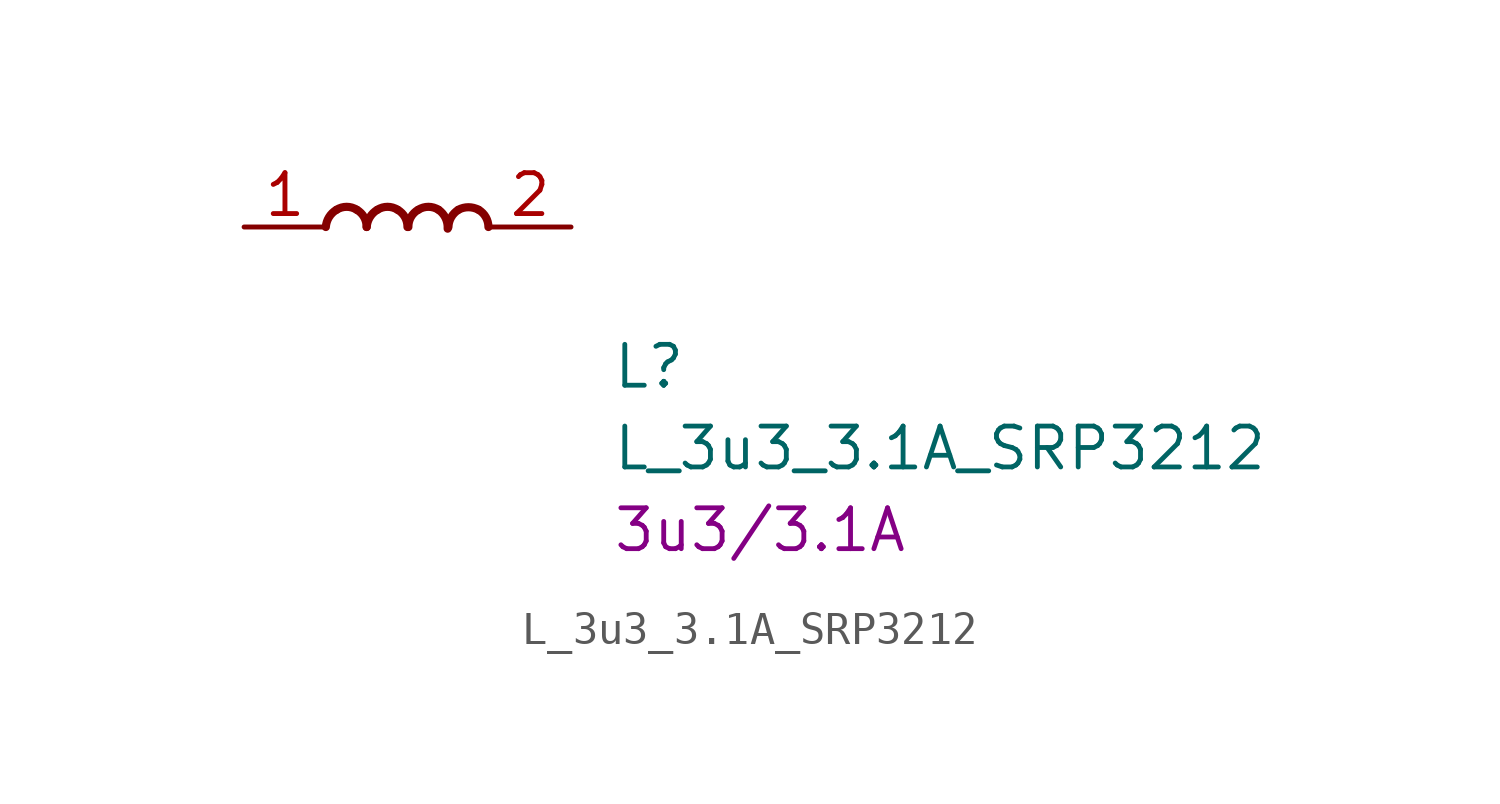
<source format=kicad_sym>
(kicad_symbol_lib
  (version 20211014)
  (generator kicad_symbol_editor)
  (symbol "L_3u3_3.1A_SRP3212"
    (pin_names hide)
    (property "Reference" "L"
      (at 11.43 -5.08 0)
      (effects (font (size 1.27 1.27) (thickness 0.15)) (justify left bottom)))
    (property "Value" "L_3u3_3.1A_SRP3212"
      (at 11.43 -7.62 0)
      (effects (font (size 1.27 1.27) (thickness 0.15)) (justify left bottom)))
    (property "Val" "3u3/3.1A"
      (at 11.43 -10.16 0)
      (effects (font (size 1.27 1.27) (thickness 0.15)) (justify left bottom)))
    (symbol "L_3u3_3.1A_SRP3212_1_1"
      (arc (start 2.8702 0.5334) (mid 2.6436 0.3084) (end 2.54 0) (stroke (width 0.254) (type default) (color 0 0 0 0)) (fill (type none)))
      (arc (start 3.5052 0.5334) (mid 3.186 0.6272) (end 2.8702 0.5334) (stroke (width 0.254) (type default) (color 0 0 0 0)) (fill (type none)))
      (arc (start 3.81 0) (mid 3.7297 0.309) (end 3.5052 0.5334) (stroke (width 0.254) (type default) (color 0 0 0 0)) (fill (type none)))
      (arc (start 4.1402 0.5334) (mid 3.9136 0.3084) (end 3.81 0) (stroke (width 0.254) (type default) (color 0 0 0 0)) (fill (type none)))
      (arc (start 4.7752 0.5334) (mid 4.456 0.6272) (end 4.1402 0.5334) (stroke (width 0.254) (type default) (color 0 0 0 0)) (fill (type none)))
      (arc (start 5.08 0) (mid 4.9997 0.309) (end 4.7752 0.5334) (stroke (width 0.254) (type default) (color 0 0 0 0)) (fill (type none)))
      (arc (start 5.4102 0.5334) (mid 5.1836 0.3084) (end 5.1054 0) (stroke (width 0.254) (type default) (color 0 0 0 0)) (fill (type none)))
      (arc (start 6.0452 0.5334) (mid 5.726 0.6272) (end 5.4102 0.5334) (stroke (width 0.254) (type default) (color 0 0 0 0)) (fill (type none)))
      (arc (start 6.3246 -0.0508) (mid 6.2613 0.2752) (end 6.0452 0.5334) (stroke (width 0.254) (type default) (color 0 0 0 0)) (fill (type none)))
      (arc (start 6.6548 0.5334) (mid 6.437 0.3053) (end 6.35 0) (stroke (width 0.254) (type default) (color 0 0 0 0)) (fill (type none)))
      (arc (start 7.2898 0.5334) (mid 6.9742 0.6142) (end 6.6548 0.5334) (stroke (width 0.254) (type default) (color 0 0 0 0)) (fill (type none)))
      (arc (start 7.5946 0) (mid 7.5122 0.306) (end 7.2898 0.5334) (stroke (width 0.254) (type default) (color 0 0 0 0)) (fill (type none)))
      (pin passive line (at 0 0 0) (length 2.54) (name "1" (effects (font (size 1.27 1.27)))) (number "1" (effects (font (size 1.27 1.27)))))
      (pin passive line (at 10.16 0 180) (length 2.54) (name "2" (effects (font (size 1.27 1.27)))) (number "2" (effects (font (size 1.27 1.27))))))))
</source>
